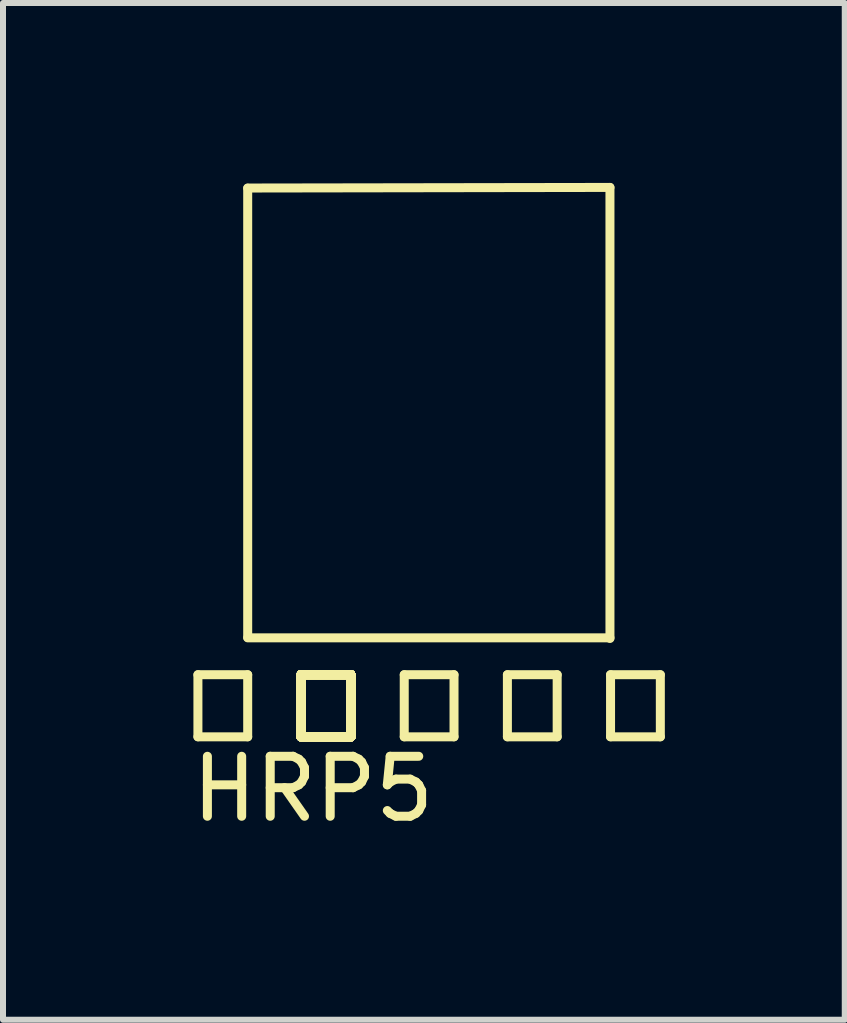
<source format=kicad_pcb>
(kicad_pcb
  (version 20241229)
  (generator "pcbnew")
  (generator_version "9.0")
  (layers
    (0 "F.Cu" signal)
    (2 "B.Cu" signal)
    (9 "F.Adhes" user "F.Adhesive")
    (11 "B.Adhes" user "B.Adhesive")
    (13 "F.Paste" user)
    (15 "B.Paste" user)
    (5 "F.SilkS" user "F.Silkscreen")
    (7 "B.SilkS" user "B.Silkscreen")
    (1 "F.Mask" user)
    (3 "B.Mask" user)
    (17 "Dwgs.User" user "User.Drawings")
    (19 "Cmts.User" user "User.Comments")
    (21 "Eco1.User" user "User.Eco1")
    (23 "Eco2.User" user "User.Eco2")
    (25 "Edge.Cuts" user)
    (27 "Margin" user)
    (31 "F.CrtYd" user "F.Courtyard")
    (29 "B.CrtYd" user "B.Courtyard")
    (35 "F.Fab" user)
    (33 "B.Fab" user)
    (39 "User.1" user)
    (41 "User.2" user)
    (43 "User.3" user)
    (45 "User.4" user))
  (footprint "HRP5"
    (layer "F.Cu")
    (at 0.25 9.235)
    (property "Reference" "HRP5" (at 1.92 0.87 0) (layer "F.SilkS") (effects (font (size 1 1) (thickness 0.15))))
    (attr through_hole)
    (fp_line (start 0 -1.035) (end 0 0) (stroke (width 0.15) (type solid)) (layer "F.SilkS"))
    (fp_line (start 0 0) (end 0.83 0) (stroke (width 0.15) (type solid)) (layer "F.SilkS"))
    (fp_line (start 0.83 -9.15) (end 6.87 -9.16) (stroke (width 0.15) (type solid)) (layer "F.SilkS"))
    (fp_line (start 0.83 -1.657) (end 0.83 -9.147) (stroke (width 0.15) (type solid)) (layer "F.SilkS"))
    (fp_line (start 0.83 -1.65) (end 6.87 -1.65) (stroke (width 0.15) (type solid)) (layer "F.SilkS"))
    (fp_line (start 0.83 -1.035) (end 0 -1.035) (stroke (width 0.15) (type solid)) (layer "F.SilkS"))
    (fp_line (start 0.83 0) (end 0.83 -1.035) (stroke (width 0.15) (type solid)) (layer "F.SilkS"))
    (fp_line (start 1.72 -1.035) (end 1.72 0) (stroke (width 0.15) (type solid)) (layer "F.SilkS"))
    (fp_line (start 1.72 -1.035) (end 1.72 0) (stroke (width 0.15) (type solid)) (layer "F.SilkS"))
    (fp_line (start 1.72 -1.035) (end 1.72 0) (stroke (width 0.15) (type solid)) (layer "F.SilkS"))
    (fp_line (start 1.72 -1.035) (end 1.72 0) (stroke (width 0.15) (type solid)) (layer "F.SilkS"))
    (fp_line (start 1.72 -1.035) (end 1.72 0) (stroke (width 0.15) (type solid)) (layer "F.SilkS"))
    (fp_line (start 1.72 -1.035) (end 1.72 0) (stroke (width 0.15) (type solid)) (layer "F.SilkS"))
    (fp_line (start 1.72 -1.035) (end 1.72 0) (stroke (width 0.15) (type solid)) (layer "F.SilkS"))
    (fp_line (start 1.72 -1.035) (end 1.72 0) (stroke (width 0.15) (type solid)) (layer "F.SilkS"))
    (fp_line (start 1.72 -1.035) (end 1.72 0) (stroke (width 0.15) (type solid)) (layer "F.SilkS"))
    (fp_line (start 1.72 -1.035) (end 1.72 0) (stroke (width 0.15) (type solid)) (layer "F.SilkS"))
    (fp_line (start 1.72 -1.035) (end 1.72 0) (stroke (width 0.15) (type solid)) (layer "F.SilkS"))
    (fp_line (start 1.72 -1.035) (end 1.72 0) (stroke (width 0.15) (type solid)) (layer "F.SilkS"))
    (fp_line (start 1.72 -1.035) (end 1.72 0) (stroke (width 0.15) (type solid)) (layer "F.SilkS"))
    (fp_line (start 1.72 -1.035) (end 1.72 0) (stroke (width 0.15) (type solid)) (layer "F.SilkS"))
    (fp_line (start 1.72 -1.035) (end 1.72 0) (stroke (width 0.15) (type solid)) (layer "F.SilkS"))
    (fp_line (start 1.72 -1.035) (end 1.72 0) (stroke (width 0.15) (type solid)) (layer "F.SilkS"))
    (fp_line (start 1.72 -1.035) (end 1.72 0) (stroke (width 0.15) (type solid)) (layer "F.SilkS"))
    (fp_line (start 1.72 -1.035) (end 1.72 0) (stroke (width 0.15) (type solid)) (layer "F.SilkS"))
    (fp_line (start 1.72 -1.035) (end 1.72 0) (stroke (width 0.15) (type solid)) (layer "F.SilkS"))
    (fp_line (start 1.72 -1.035) (end 1.72 0) (stroke (width 0.15) (type solid)) (layer "F.SilkS"))
    (fp_line (start 1.72 -1.035) (end 1.72 0) (stroke (width 0.15) (type solid)) (layer "F.SilkS"))
    (fp_line (start 1.72 -1.035) (end 1.72 0) (stroke (width 0.15) (type solid)) (layer "F.SilkS"))
    (fp_line (start 1.72 -1.035) (end 1.72 0) (stroke (width 0.15) (type solid)) (layer "F.SilkS"))
    (fp_line (start 1.72 -1.035) (end 1.72 0) (stroke (width 0.15) (type solid)) (layer "F.SilkS"))
    (fp_line (start 1.72 -1.035) (end 1.72 0) (stroke (width 0.15) (type solid)) (layer "F.SilkS"))
    (fp_line (start 1.72 -1.035) (end 1.72 0) (stroke (width 0.15) (type solid)) (layer "F.SilkS"))
    (fp_line (start 1.72 -1.035) (end 1.72 0) (stroke (width 0.15) (type solid)) (layer "F.SilkS"))
    (fp_line (start 1.72 -1.035) (end 1.72 0) (stroke (width 0.15) (type solid)) (layer "F.SilkS"))
    (fp_line (start 1.72 -1.035) (end 1.72 0) (stroke (width 0.15) (type solid)) (layer "F.SilkS"))
    (fp_line (start 1.72 -1.035) (end 1.72 0) (stroke (width 0.15) (type solid)) (layer "F.SilkS"))
    (fp_line (start 1.72 -1.035) (end 1.72 0) (stroke (width 0.15) (type solid)) (layer "F.SilkS"))
    (fp_line (start 1.72 -1.035) (end 1.72 0) (stroke (width 0.15) (type solid)) (layer "F.SilkS"))
    (fp_line (start 1.72 0) (end 2.55 0) (stroke (width 0.15) (type solid)) (layer "F.SilkS"))
    (fp_line (start 1.72 0) (end 2.55 0) (stroke (width 0.15) (type solid)) (layer "F.SilkS"))
    (fp_line (start 1.72 0) (end 2.55 0) (stroke (width 0.15) (type solid)) (layer "F.SilkS"))
    (fp_line (start 1.72 0) (end 2.55 0) (stroke (width 0.15) (type solid)) (layer "F.SilkS"))
    (fp_line (start 1.72 0) (end 2.55 0) (stroke (width 0.15) (type solid)) (layer "F.SilkS"))
    (fp_line (start 1.72 0) (end 2.55 0) (stroke (width 0.15) (type solid)) (layer "F.SilkS"))
    (fp_line (start 1.72 0) (end 2.55 0) (stroke (width 0.15) (type solid)) (layer "F.SilkS"))
    (fp_line (start 1.72 0) (end 2.55 0) (stroke (width 0.15) (type solid)) (layer "F.SilkS"))
    (fp_line (start 1.72 0) (end 2.55 0) (stroke (width 0.15) (type solid)) (layer "F.SilkS"))
    (fp_line (start 1.72 0) (end 2.55 0) (stroke (width 0.15) (type solid)) (layer "F.SilkS"))
    (fp_line (start 1.72 0) (end 2.55 0) (stroke (width 0.15) (type solid)) (layer "F.SilkS"))
    (fp_line (start 1.72 0) (end 2.55 0) (stroke (width 0.15) (type solid)) (layer "F.SilkS"))
    (fp_line (start 1.72 0) (end 2.55 0) (stroke (width 0.15) (type solid)) (layer "F.SilkS"))
    (fp_line (start 1.72 0) (end 2.55 0) (stroke (width 0.15) (type solid)) (layer "F.SilkS"))
    (fp_line (start 1.72 0) (end 2.55 0) (stroke (width 0.15) (type solid)) (layer "F.SilkS"))
    (fp_line (start 1.72 0) (end 2.55 0) (stroke (width 0.15) (type solid)) (layer "F.SilkS"))
    (fp_line (start 1.72 0) (end 2.55 0) (stroke (width 0.15) (type solid)) (layer "F.SilkS"))
    (fp_line (start 1.72 0) (end 2.55 0) (stroke (width 0.15) (type solid)) (layer "F.SilkS"))
    (fp_line (start 1.72 0) (end 2.55 0) (stroke (width 0.15) (type solid)) (layer "F.SilkS"))
    (fp_line (start 1.72 0) (end 2.55 0) (stroke (width 0.15) (type solid)) (layer "F.SilkS"))
    (fp_line (start 1.72 0) (end 2.55 0) (stroke (width 0.15) (type solid)) (layer "F.SilkS"))
    (fp_line (start 1.72 0) (end 2.55 0) (stroke (width 0.15) (type solid)) (layer "F.SilkS"))
    (fp_line (start 1.72 0) (end 2.55 0) (stroke (width 0.15) (type solid)) (layer "F.SilkS"))
    (fp_line (start 1.72 0) (end 2.55 0) (stroke (width 0.15) (type solid)) (layer "F.SilkS"))
    (fp_line (start 1.72 0) (end 2.55 0) (stroke (width 0.15) (type solid)) (layer "F.SilkS"))
    (fp_line (start 1.72 0) (end 2.55 0) (stroke (width 0.15) (type solid)) (layer "F.SilkS"))
    (fp_line (start 1.72 0) (end 2.55 0) (stroke (width 0.15) (type solid)) (layer "F.SilkS"))
    (fp_line (start 1.72 0) (end 2.55 0) (stroke (width 0.15) (type solid)) (layer "F.SilkS"))
    (fp_line (start 1.72 0) (end 2.55 0) (stroke (width 0.15) (type solid)) (layer "F.SilkS"))
    (fp_line (start 1.72 0) (end 2.55 0) (stroke (width 0.15) (type solid)) (layer "F.SilkS"))
    (fp_line (start 1.72 0) (end 2.55 0) (stroke (width 0.15) (type solid)) (layer "F.SilkS"))
    (fp_line (start 1.72 0) (end 2.55 0) (stroke (width 0.15) (type solid)) (layer "F.SilkS"))
    (fp_line (start 2.55 -1.035) (end 1.72 -1.035) (stroke (width 0.15) (type solid)) (layer "F.SilkS"))
    (fp_line (start 2.55 -1.035) (end 1.72 -1.035) (stroke (width 0.15) (type solid)) (layer "F.SilkS"))
    (fp_line (start 2.55 -1.035) (end 1.72 -1.035) (stroke (width 0.15) (type solid)) (layer "F.SilkS"))
    (fp_line (start 2.55 -1.035) (end 1.72 -1.035) (stroke (width 0.15) (type solid)) (layer "F.SilkS"))
    (fp_line (start 2.55 -1.035) (end 1.72 -1.035) (stroke (width 0.15) (type solid)) (layer "F.SilkS"))
    (fp_line (start 2.55 -1.035) (end 1.72 -1.035) (stroke (width 0.15) (type solid)) (layer "F.SilkS"))
    (fp_line (start 2.55 -1.035) (end 1.72 -1.035) (stroke (width 0.15) (type solid)) (layer "F.SilkS"))
    (fp_line (start 2.55 -1.035) (end 1.72 -1.035) (stroke (width 0.15) (type solid)) (layer "F.SilkS"))
    (fp_line (start 2.55 -1.035) (end 1.72 -1.035) (stroke (width 0.15) (type solid)) (layer "F.SilkS"))
    (fp_line (start 2.55 -1.035) (end 1.72 -1.035) (stroke (width 0.15) (type solid)) (layer "F.SilkS"))
    (fp_line (start 2.55 -1.035) (end 1.72 -1.035) (stroke (width 0.15) (type solid)) (layer "F.SilkS"))
    (fp_line (start 2.55 -1.035) (end 1.72 -1.035) (stroke (width 0.15) (type solid)) (layer "F.SilkS"))
    (fp_line (start 2.55 -1.035) (end 1.72 -1.035) (stroke (width 0.15) (type solid)) (layer "F.SilkS"))
    (fp_line (start 2.55 -1.035) (end 1.72 -1.035) (stroke (width 0.15) (type solid)) (layer "F.SilkS"))
    (fp_line (start 2.55 -1.035) (end 1.72 -1.035) (stroke (width 0.15) (type solid)) (layer "F.SilkS"))
    (fp_line (start 2.55 -1.035) (end 1.72 -1.035) (stroke (width 0.15) (type solid)) (layer "F.SilkS"))
    (fp_line (start 2.55 -1.035) (end 1.72 -1.035) (stroke (width 0.15) (type solid)) (layer "F.SilkS"))
    (fp_line (start 2.55 -1.035) (end 1.72 -1.035) (stroke (width 0.15) (type solid)) (layer "F.SilkS"))
    (fp_line (start 2.55 -1.035) (end 1.72 -1.035) (stroke (width 0.15) (type solid)) (layer "F.SilkS"))
    (fp_line (start 2.55 -1.035) (end 1.72 -1.035) (stroke (width 0.15) (type solid)) (layer "F.SilkS"))
    (fp_line (start 2.55 -1.035) (end 1.72 -1.035) (stroke (width 0.15) (type solid)) (layer "F.SilkS"))
    (fp_line (start 2.55 -1.035) (end 1.72 -1.035) (stroke (width 0.15) (type solid)) (layer "F.SilkS"))
    (fp_line (start 2.55 -1.035) (end 1.72 -1.035) (stroke (width 0.15) (type solid)) (layer "F.SilkS"))
    (fp_line (start 2.55 -1.035) (end 1.72 -1.035) (stroke (width 0.15) (type solid)) (layer "F.SilkS"))
    (fp_line (start 2.55 -1.035) (end 1.72 -1.035) (stroke (width 0.15) (type solid)) (layer "F.SilkS"))
    (fp_line (start 2.55 -1.035) (end 1.72 -1.035) (stroke (width 0.15) (type solid)) (layer "F.SilkS"))
    (fp_line (start 2.55 -1.035) (end 1.72 -1.035) (stroke (width 0.15) (type solid)) (layer "F.SilkS"))
    (fp_line (start 2.55 -1.035) (end 1.72 -1.035) (stroke (width 0.15) (type solid)) (layer "F.SilkS"))
    (fp_line (start 2.55 -1.035) (end 1.72 -1.035) (stroke (width 0.15) (type solid)) (layer "F.SilkS"))
    (fp_line (start 2.55 -1.035) (end 1.72 -1.035) (stroke (width 0.15) (type solid)) (layer "F.SilkS"))
    (fp_line (start 2.55 -1.035) (end 1.72 -1.035) (stroke (width 0.15) (type solid)) (layer "F.SilkS"))
    (fp_line (start 2.55 -1.035) (end 1.72 -1.035) (stroke (width 0.15) (type solid)) (layer "F.SilkS"))
    (fp_line (start 2.55 0) (end 2.55 -1.035) (stroke (width 0.15) (type solid)) (layer "F.SilkS"))
    (fp_line (start 2.55 0) (end 2.55 -1.035) (stroke (width 0.15) (type solid)) (layer "F.SilkS"))
    (fp_line (start 2.55 0) (end 2.55 -1.035) (stroke (width 0.15) (type solid)) (layer "F.SilkS"))
    (fp_line (start 2.55 0) (end 2.55 -1.035) (stroke (width 0.15) (type solid)) (layer "F.SilkS"))
    (fp_line (start 2.55 0) (end 2.55 -1.035) (stroke (width 0.15) (type solid)) (layer "F.SilkS"))
    (fp_line (start 2.55 0) (end 2.55 -1.035) (stroke (width 0.15) (type solid)) (layer "F.SilkS"))
    (fp_line (start 2.55 0) (end 2.55 -1.035) (stroke (width 0.15) (type solid)) (layer "F.SilkS"))
    (fp_line (start 2.55 0) (end 2.55 -1.035) (stroke (width 0.15) (type solid)) (layer "F.SilkS"))
    (fp_line (start 2.55 0) (end 2.55 -1.035) (stroke (width 0.15) (type solid)) (layer "F.SilkS"))
    (fp_line (start 2.55 0) (end 2.55 -1.035) (stroke (width 0.15) (type solid)) (layer "F.SilkS"))
    (fp_line (start 2.55 0) (end 2.55 -1.035) (stroke (width 0.15) (type solid)) (layer "F.SilkS"))
    (fp_line (start 2.55 0) (end 2.55 -1.035) (stroke (width 0.15) (type solid)) (layer "F.SilkS"))
    (fp_line (start 2.55 0) (end 2.55 -1.035) (stroke (width 0.15) (type solid)) (layer "F.SilkS"))
    (fp_line (start 2.55 0) (end 2.55 -1.035) (stroke (width 0.15) (type solid)) (layer "F.SilkS"))
    (fp_line (start 2.55 0) (end 2.55 -1.035) (stroke (width 0.15) (type solid)) (layer "F.SilkS"))
    (fp_line (start 2.55 0) (end 2.55 -1.035) (stroke (width 0.15) (type solid)) (layer "F.SilkS"))
    (fp_line (start 2.55 0) (end 2.55 -1.035) (stroke (width 0.15) (type solid)) (layer "F.SilkS"))
    (fp_line (start 2.55 0) (end 2.55 -1.035) (stroke (width 0.15) (type solid)) (layer "F.SilkS"))
    (fp_line (start 2.55 0) (end 2.55 -1.035) (stroke (width 0.15) (type solid)) (layer "F.SilkS"))
    (fp_line (start 2.55 0) (end 2.55 -1.035) (stroke (width 0.15) (type solid)) (layer "F.SilkS"))
    (fp_line (start 2.55 0) (end 2.55 -1.035) (stroke (width 0.15) (type solid)) (layer "F.SilkS"))
    (fp_line (start 2.55 0) (end 2.55 -1.035) (stroke (width 0.15) (type solid)) (layer "F.SilkS"))
    (fp_line (start 2.55 0) (end 2.55 -1.035) (stroke (width 0.15) (type solid)) (layer "F.SilkS"))
    (fp_line (start 2.55 0) (end 2.55 -1.035) (stroke (width 0.15) (type solid)) (layer "F.SilkS"))
    (fp_line (start 2.55 0) (end 2.55 -1.035) (stroke (width 0.15) (type solid)) (layer "F.SilkS"))
    (fp_line (start 2.55 0) (end 2.55 -1.035) (stroke (width 0.15) (type solid)) (layer "F.SilkS"))
    (fp_line (start 2.55 0) (end 2.55 -1.035) (stroke (width 0.15) (type solid)) (layer "F.SilkS"))
    (fp_line (start 2.55 0) (end 2.55 -1.035) (stroke (width 0.15) (type solid)) (layer "F.SilkS"))
    (fp_line (start 2.55 0) (end 2.55 -1.035) (stroke (width 0.15) (type solid)) (layer "F.SilkS"))
    (fp_line (start 2.55 0) (end 2.55 -1.035) (stroke (width 0.15) (type solid)) (layer "F.SilkS"))
    (fp_line (start 2.55 0) (end 2.55 -1.035) (stroke (width 0.15) (type solid)) (layer "F.SilkS"))
    (fp_line (start 2.55 0) (end 2.55 -1.035) (stroke (width 0.15) (type solid)) (layer "F.SilkS"))
    (fp_line (start 3.44 -1.035) (end 3.44 0) (stroke (width 0.15) (type solid)) (layer "F.SilkS"))
    (fp_line (start 3.44 0) (end 4.27 0) (stroke (width 0.15) (type solid)) (layer "F.SilkS"))
    (fp_line (start 4.27 -1.035) (end 3.44 -1.035) (stroke (width 0.15) (type solid)) (layer "F.SilkS"))
    (fp_line (start 4.27 0) (end 4.27 -1.035) (stroke (width 0.15) (type solid)) (layer "F.SilkS"))
    (fp_line (start 5.16 -1.035) (end 5.16 0) (stroke (width 0.15) (type solid)) (layer "F.SilkS"))
    (fp_line (start 5.16 0) (end 5.99 0) (stroke (width 0.15) (type solid)) (layer "F.SilkS"))
    (fp_line (start 5.99 -1.035) (end 5.16 -1.035) (stroke (width 0.15) (type solid)) (layer "F.SilkS"))
    (fp_line (start 5.99 0) (end 5.99 -1.035) (stroke (width 0.15) (type solid)) (layer "F.SilkS"))
    (fp_line (start 6.87 -1.64) (end 6.87 -9.16) (stroke (width 0.15) (type solid)) (layer "F.SilkS"))
    (fp_line (start 6.88 -1.035) (end 6.88 0) (stroke (width 0.15) (type solid)) (layer "F.SilkS"))
    (fp_line (start 6.88 0) (end 7.71 0) (stroke (width 0.15) (type solid)) (layer "F.SilkS"))
    (fp_line (start 7.71 -1.035) (end 6.88 -1.035) (stroke (width 0.15) (type solid)) (layer "F.SilkS"))
    (fp_line (start 7.71 0) (end 7.71 -1.035) (stroke (width 0.15) (type solid)) (layer "F.SilkS")))
  (gr_rect
    (start -3 -3)
    (end 11.035 13.953)
    (stroke (width 0.1) (type default))
    (fill no)
    (layer "Edge.Cuts")))
</source>
